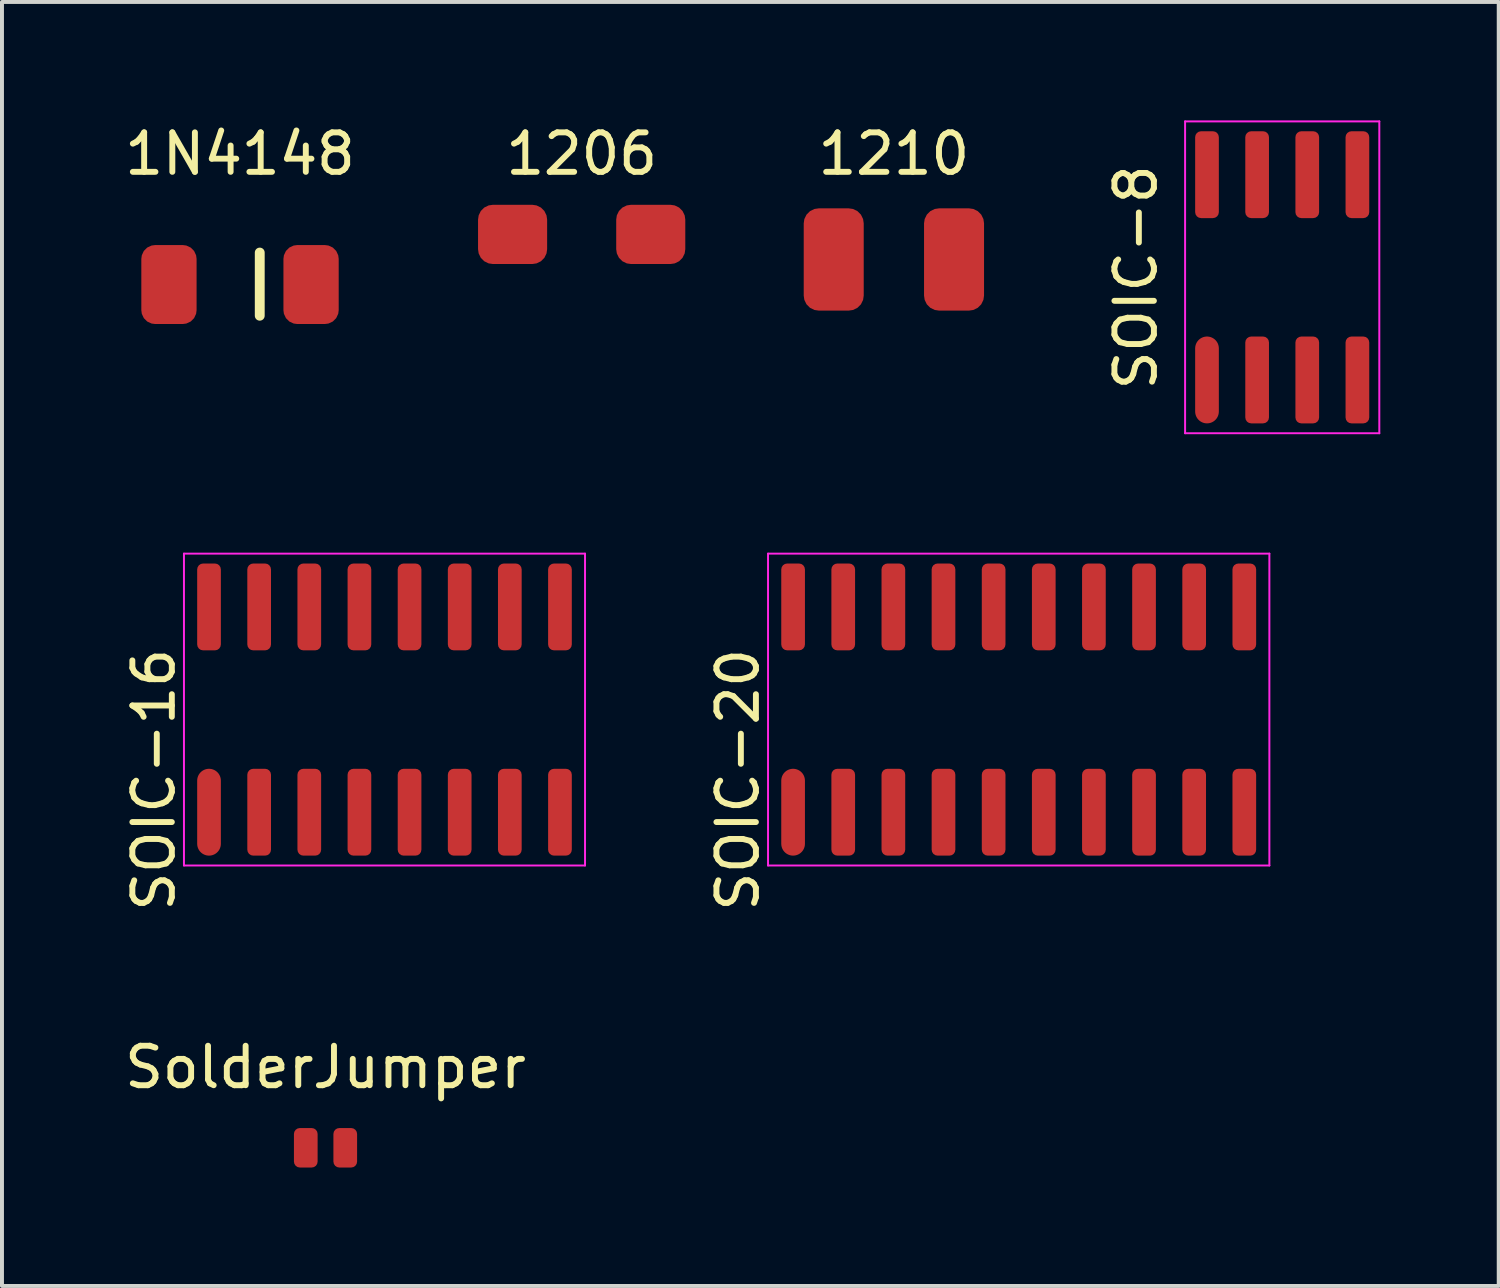
<source format=kicad_pcb>
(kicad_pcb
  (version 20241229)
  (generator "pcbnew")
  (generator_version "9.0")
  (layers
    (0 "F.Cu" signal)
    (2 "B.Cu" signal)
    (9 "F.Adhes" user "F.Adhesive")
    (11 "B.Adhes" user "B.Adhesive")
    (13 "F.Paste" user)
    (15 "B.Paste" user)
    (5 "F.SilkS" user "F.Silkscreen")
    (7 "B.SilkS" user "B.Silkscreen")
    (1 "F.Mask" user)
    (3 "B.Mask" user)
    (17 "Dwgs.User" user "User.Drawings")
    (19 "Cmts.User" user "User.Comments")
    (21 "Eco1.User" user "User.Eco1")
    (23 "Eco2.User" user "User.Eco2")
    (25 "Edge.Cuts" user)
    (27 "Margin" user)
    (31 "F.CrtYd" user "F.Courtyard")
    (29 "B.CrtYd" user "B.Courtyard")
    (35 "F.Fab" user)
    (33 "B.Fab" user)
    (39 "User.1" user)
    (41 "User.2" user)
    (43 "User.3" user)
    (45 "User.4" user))
  (footprint "SOIC-8"
    (layer "F.Cu")
    (at 29.431 3.975)
    (property "Reference" "SOIC-8" (at -3.705 0 90) (layer "F.SilkS") (effects (font (size 1 1) (thickness 0.15))))
    (attr smd)
    (fp_line (start -2.46 -3.95) (end 2.46 -3.95) (stroke (width 0.05) (type solid)) (layer "F.CrtYd"))
    (fp_line (start -2.46 3.95) (end -2.46 -3.95) (stroke (width 0.05) (type solid)) (layer "F.CrtYd"))
    (fp_line (start 2.46 -3.95) (end 2.46 3.95) (stroke (width 0.05) (type solid)) (layer "F.CrtYd"))
    (fp_line (start 2.46 3.95) (end -2.46 3.95) (stroke (width 0.05) (type solid)) (layer "F.CrtYd"))
    (pad "1" smd oval (at -1.905 2.6) (size 0.6 2.2) (layers "F.Cu" "F.Mask" "F.Paste"))
    (pad "2" smd roundrect (at -0.635 2.6) (size 0.6 2.2) (layers "F.Cu" "F.Mask" "F.Paste") (roundrect_rratio 0.25))
    (pad "3" smd roundrect (at 0.635 2.6) (size 0.6 2.2) (layers "F.Cu" "F.Mask" "F.Paste") (roundrect_rratio 0.25))
    (pad "4" smd roundrect (at 1.905 2.6) (size 0.6 2.2) (layers "F.Cu" "F.Mask" "F.Paste") (roundrect_rratio 0.25))
    (pad "5" smd roundrect (at 1.905 -2.6) (size 0.6 2.2) (layers "F.Cu" "F.Mask" "F.Paste") (roundrect_rratio 0.25))
    (pad "6" smd roundrect (at 0.635 -2.6) (size 0.6 2.2) (layers "F.Cu" "F.Mask" "F.Paste") (roundrect_rratio 0.25))
    (pad "7" smd roundrect (at -0.635 -2.6) (size 0.6 2.2) (layers "F.Cu" "F.Mask" "F.Paste") (roundrect_rratio 0.25))
    (pad "8" smd roundrect (at -1.905 -2.6) (size 0.6 2.2) (layers "F.Cu" "F.Mask" "F.Paste") (roundrect_rratio 0.25)))
  (footprint "SOIC-16"
    (layer "F.Cu")
    (at 6.69 14.925)
    (property "Reference" "SOIC-16" (at -5.842 1.778 90) (layer "F.SilkS") (effects (font (size 1 1) (thickness 0.15))))
    (attr smd)
    (fp_line (start -5.08 -3.95) (end 5.08 -3.95) (stroke (width 0.05) (type solid)) (layer "F.CrtYd"))
    (fp_line (start -5.08 3.95) (end -5.08 -3.95) (stroke (width 0.05) (type solid)) (layer "F.CrtYd"))
    (fp_line (start 5.08 -3.95) (end 5.08 3.95) (stroke (width 0.05) (type solid)) (layer "F.CrtYd"))
    (fp_line (start 5.08 3.95) (end -5.08 3.95) (stroke (width 0.05) (type solid)) (layer "F.CrtYd"))
    (pad "1" smd oval (at -4.445 2.6) (size 0.6 2.2) (layers "F.Cu" "F.Mask" "F.Paste"))
    (pad "2" smd roundrect (at -3.175 2.6) (size 0.6 2.2) (layers "F.Cu" "F.Mask" "F.Paste") (roundrect_rratio 0.25))
    (pad "3" smd roundrect (at -1.905 2.6) (size 0.6 2.2) (layers "F.Cu" "F.Mask" "F.Paste") (roundrect_rratio 0.25))
    (pad "4" smd roundrect (at -0.635 2.6) (size 0.6 2.2) (layers "F.Cu" "F.Mask" "F.Paste") (roundrect_rratio 0.25))
    (pad "5" smd roundrect (at 0.635 2.6) (size 0.6 2.2) (layers "F.Cu" "F.Mask" "F.Paste") (roundrect_rratio 0.25))
    (pad "6" smd roundrect (at 1.905 2.6) (size 0.6 2.2) (layers "F.Cu" "F.Mask" "F.Paste") (roundrect_rratio 0.25))
    (pad "7" smd roundrect (at 3.175 2.6) (size 0.6 2.2) (layers "F.Cu" "F.Mask" "F.Paste") (roundrect_rratio 0.25))
    (pad "8" smd roundrect (at 4.445 2.6) (size 0.6 2.2) (layers "F.Cu" "F.Mask" "F.Paste") (roundrect_rratio 0.25))
    (pad "9" smd roundrect (at 4.445 -2.6) (size 0.6 2.2) (layers "F.Cu" "F.Mask" "F.Paste") (roundrect_rratio 0.25))
    (pad "10" smd roundrect (at 3.175 -2.6) (size 0.6 2.2) (layers "F.Cu" "F.Mask" "F.Paste") (roundrect_rratio 0.25))
    (pad "11" smd roundrect (at 1.905 -2.6) (size 0.6 2.2) (layers "F.Cu" "F.Mask" "F.Paste") (roundrect_rratio 0.25))
    (pad "12" smd roundrect (at 0.635 -2.6) (size 0.6 2.2) (layers "F.Cu" "F.Mask" "F.Paste") (roundrect_rratio 0.25))
    (pad "13" smd roundrect (at -0.635 -2.6) (size 0.6 2.2) (layers "F.Cu" "F.Mask" "F.Paste") (roundrect_rratio 0.25))
    (pad "14" smd roundrect (at -1.905 -2.6) (size 0.6 2.2) (layers "F.Cu" "F.Mask" "F.Paste") (roundrect_rratio 0.25))
    (pad "15" smd roundrect (at -3.175 -2.6) (size 0.6 2.2) (layers "F.Cu" "F.Mask" "F.Paste") (roundrect_rratio 0.25))
    (pad "16" smd roundrect (at -4.445 -2.6) (size 0.6 2.2) (layers "F.Cu" "F.Mask" "F.Paste") (roundrect_rratio 0.25)))
  (footprint "1206"
    (layer "F.Cu")
    (at 11.685 0.348)
    (property "Reference" "1206" (at 0 0.5 0) (layer "F.SilkS") (effects (font (size 1 1) (thickness 0.15))))
    (attr through_hole)
    (pad "1" smd roundrect (at -1.75 2.54) (size 1.75 1.5) (layers "F.Cu" "F.Mask" "F.Paste") (roundrect_rratio 0.25))
    (pad "2" smd roundrect (at 1.75 2.54) (size 1.75 1.5) (layers "F.Cu" "F.Mask" "F.Paste") (roundrect_rratio 0.25)))
  (footprint "SolderJumper"
    (layer "F.Cu")
    (at 5.196 23.486)
    (property "Reference" "SolderJumper" (at 0 0.5 0) (layer "F.SilkS") (effects (font (size 1 1) (thickness 0.15))))
    (attr through_hole)
    (pad "1" smd roundrect (at -0.5 2.54) (size 0.6 1) (layers "F.Cu" "F.Mask" "F.Paste") (roundrect_rratio 0.25))
    (pad "2" smd roundrect (at 0.5 2.54) (size 0.6 1) (layers "F.Cu" "F.Mask" "F.Paste") (roundrect_rratio 0.25)))
  (footprint "1210"
    (layer "F.Cu")
    (at 19.594 3.523)
    (property "Reference" "1210" (at 0 -2.675 0) (layer "F.SilkS") (effects (font (size 1 1) (thickness 0.15))))
    (attr through_hole)
    (pad "1" smd roundrect (at -1.524 0) (size 1.52 2.59) (layers "F.Cu" "F.Mask" "F.Paste") (roundrect_rratio 0.25))
    (pad "2" smd roundrect (at 1.524 0) (size 1.52 2.59) (layers "F.Cu" "F.Mask" "F.Paste") (roundrect_rratio 0.25)))
  (footprint "SOIC-20"
    (layer "F.Cu")
    (at 22.756 14.925)
    (property "Reference" "SOIC-20" (at -7.112 1.778 90) (layer "F.SilkS") (effects (font (size 1 1) (thickness 0.15))))
    (attr smd)
    (fp_line (start -6.35 -3.95) (end 6.35 -3.95) (stroke (width 0.05) (type solid)) (layer "F.CrtYd"))
    (fp_line (start -6.35 3.95) (end -6.35 -3.95) (stroke (width 0.05) (type solid)) (layer "F.CrtYd"))
    (fp_line (start 6.35 -3.95) (end 6.35 3.95) (stroke (width 0.05) (type solid)) (layer "F.CrtYd"))
    (fp_line (start 6.35 3.95) (end -6.35 3.95) (stroke (width 0.05) (type solid)) (layer "F.CrtYd"))
    (pad "1" smd oval (at -5.715 2.6) (size 0.6 2.2) (layers "F.Cu" "F.Mask" "F.Paste"))
    (pad "2" smd roundrect (at -4.445 2.6) (size 0.6 2.2) (layers "F.Cu" "F.Mask" "F.Paste") (roundrect_rratio 0.25))
    (pad "3" smd roundrect (at -3.175 2.6) (size 0.6 2.2) (layers "F.Cu" "F.Mask" "F.Paste") (roundrect_rratio 0.25))
    (pad "4" smd roundrect (at -1.905 2.6) (size 0.6 2.2) (layers "F.Cu" "F.Mask" "F.Paste") (roundrect_rratio 0.25))
    (pad "5" smd roundrect (at -0.635 2.6) (size 0.6 2.2) (layers "F.Cu" "F.Mask" "F.Paste") (roundrect_rratio 0.25))
    (pad "6" smd roundrect (at 0.635 2.6) (size 0.6 2.2) (layers "F.Cu" "F.Mask" "F.Paste") (roundrect_rratio 0.25))
    (pad "7" smd roundrect (at 1.905 2.6) (size 0.6 2.2) (layers "F.Cu" "F.Mask" "F.Paste") (roundrect_rratio 0.25))
    (pad "8" smd roundrect (at 3.175 2.6) (size 0.6 2.2) (layers "F.Cu" "F.Mask" "F.Paste") (roundrect_rratio 0.25))
    (pad "9" smd roundrect (at 4.445 2.6) (size 0.6 2.2) (layers "F.Cu" "F.Mask" "F.Paste") (roundrect_rratio 0.25))
    (pad "10" smd roundrect (at 5.715 2.6) (size 0.6 2.2) (layers "F.Cu" "F.Mask" "F.Paste") (roundrect_rratio 0.25))
    (pad "11" smd roundrect (at 5.715 -2.6) (size 0.6 2.2) (layers "F.Cu" "F.Mask" "F.Paste") (roundrect_rratio 0.25))
    (pad "12" smd roundrect (at 4.445 -2.6) (size 0.6 2.2) (layers "F.Cu" "F.Mask" "F.Paste") (roundrect_rratio 0.25))
    (pad "13" smd roundrect (at 3.175 -2.6) (size 0.6 2.2) (layers "F.Cu" "F.Mask" "F.Paste") (roundrect_rratio 0.25))
    (pad "14" smd roundrect (at 1.905 -2.6) (size 0.6 2.2) (layers "F.Cu" "F.Mask" "F.Paste") (roundrect_rratio 0.25))
    (pad "15" smd roundrect (at 0.635 -2.6) (size 0.6 2.2) (layers "F.Cu" "F.Mask" "F.Paste") (roundrect_rratio 0.25))
    (pad "16" smd roundrect (at -0.635 -2.6) (size 0.6 2.2) (layers "F.Cu" "F.Mask" "F.Paste") (roundrect_rratio 0.25))
    (pad "17" smd roundrect (at -1.905 -2.6) (size 0.6 2.2) (layers "F.Cu" "F.Mask" "F.Paste") (roundrect_rratio 0.25))
    (pad "18" smd roundrect (at -3.175 -2.6) (size 0.6 2.2) (layers "F.Cu" "F.Mask" "F.Paste") (roundrect_rratio 0.25))
    (pad "19" smd roundrect (at -4.445 -2.6) (size 0.6 2.2) (layers "F.Cu" "F.Mask" "F.Paste") (roundrect_rratio 0.25))
    (pad "20" smd roundrect (at -5.715 -2.6) (size 0.6 2.2) (layers "F.Cu" "F.Mask" "F.Paste") (roundrect_rratio 0.25)))
  (footprint "1N4148"
    (layer "F.Cu")
    (at 3.03 0.348)
    (property "Reference" "1N4148" (at 0 0.5 0) (layer "F.SilkS") (effects (font (size 1 1) (thickness 0.15))))
    (attr through_hole)
    (fp_line (start 0.5 3) (end 0.5 4.6) (stroke (width 0.25) (type solid)) (layer "F.SilkS"))
    (pad "1" smd roundrect (at -1.8 3.81) (size 1.4 2) (layers "F.Cu" "F.Mask" "F.Paste") (roundrect_rratio 0.25))
    (pad "2" smd roundrect (at 1.8 3.81) (size 1.4 2) (layers "F.Cu" "F.Mask" "F.Paste") (roundrect_rratio 0.25)))
  (gr_rect
    (start -3 -3)
    (end 34.916 29.526)
    (stroke (width 0.1) (type default))
    (fill no)
    (layer "Edge.Cuts")))
</source>
